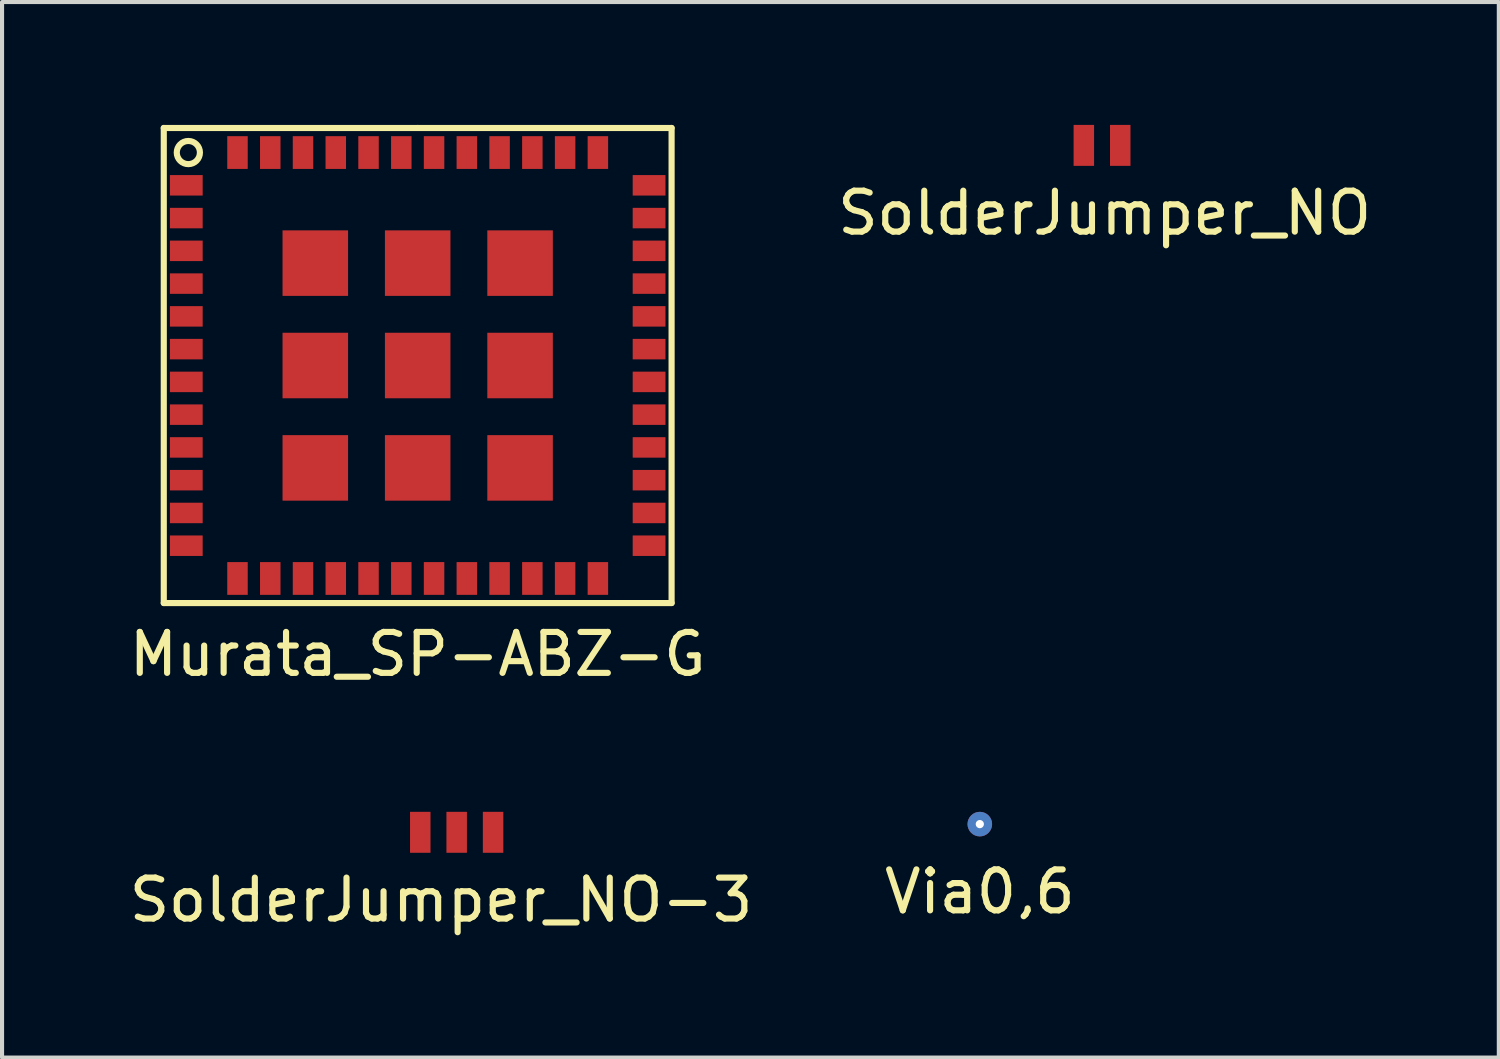
<source format=kicad_pcb>
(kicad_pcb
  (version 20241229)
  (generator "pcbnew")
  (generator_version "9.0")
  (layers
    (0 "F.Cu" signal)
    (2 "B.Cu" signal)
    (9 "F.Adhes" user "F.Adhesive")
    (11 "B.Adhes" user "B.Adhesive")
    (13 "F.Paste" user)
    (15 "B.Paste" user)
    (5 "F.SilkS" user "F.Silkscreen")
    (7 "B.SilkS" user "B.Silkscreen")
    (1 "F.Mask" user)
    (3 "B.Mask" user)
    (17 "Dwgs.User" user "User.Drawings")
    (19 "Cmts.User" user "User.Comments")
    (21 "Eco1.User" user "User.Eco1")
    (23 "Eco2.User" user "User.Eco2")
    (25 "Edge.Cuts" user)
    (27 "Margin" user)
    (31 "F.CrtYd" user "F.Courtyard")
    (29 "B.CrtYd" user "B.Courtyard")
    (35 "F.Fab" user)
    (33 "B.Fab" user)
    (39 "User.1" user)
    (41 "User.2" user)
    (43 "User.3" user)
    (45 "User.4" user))
  (footprint "Via0,6"
    (layer "F.Cu")
    (at 20.875 17.073)
    (property "Reference" "Via0,6" (at 0 1.651 0) (layer "F.SilkS") (effects (font (size 1 1) (thickness 0.15))))
    (attr through_hole)
    (pad "1" thru_hole circle (at 0 0) (size 0.6 0.6) (drill 0.2) (layers "*.Cu")))
  (footprint "SolderJumper_NO"
    (layer "F.Cu")
    (at 23.923 0.5)
    (property "Reference" "SolderJumper_NO" (at 0 1.651 0) (layer "F.SilkS") (effects (font (size 1 1) (thickness 0.15))))
    (attr through_hole)
    (pad "1" smd rect (at -0.508 0) (size 0.5 1) (layers "F.Cu" "F.Mask" "F.Paste"))
    (pad "2" smd rect (at 0.381 0) (size 0.5 1) (layers "F.Cu" "F.Mask" "F.Paste")))
  (footprint "SolderJumper_NO-3"
    (layer "F.Cu")
    (at 7.72 17.273)
    (property "Reference" "SolderJumper_NO-3" (at 0 1.651 0) (layer "F.SilkS") (effects (font (size 1 1) (thickness 0.15))))
    (attr through_hole)
    (pad "1" smd rect (at -0.508 0) (size 0.5 1) (layers "F.Cu" "F.Mask" "F.Paste"))
    (pad "2" smd rect (at 0.381 0) (size 0.5 1) (layers "F.Cu" "F.Mask" "F.Paste"))
    (pad "3" smd rect (at 1.27 0) (size 0.5 1) (layers "F.Cu" "F.Mask" "F.Paste")))
  (footprint "Murata_SP-ABZ-G"
    (layer "F.Cu")
    (at 7.149 5.875)
    (property "Reference" "Murata_SP-ABZ-G" (at 0 7.05 0) (layer "F.SilkS") (effects (font (size 1 1) (thickness 0.15))))
    (attr through_hole)
    (fp_line (start -6.2 -5.8) (end -6.2 5.8) (stroke (width 0.15) (type solid)) (layer "F.SilkS"))
    (fp_line (start -6.2 5.8) (end 6.2 5.8) (stroke (width 0.15) (type solid)) (layer "F.SilkS"))
    (fp_line (start 0 -5.8) (end -6.2 -5.8) (stroke (width 0.15) (type solid)) (layer "F.SilkS"))
    (fp_line (start 6.2 -5.8) (end 0 -5.8) (stroke (width 0.15) (type solid)) (layer "F.SilkS"))
    (fp_line (start 6.2 5.8) (end 6.2 -5.8) (stroke (width 0.15) (type solid)) (layer "F.SilkS"))
    (fp_circle (center -5.6 -5.2) (end -5.4 -5) (stroke (width 0.15) (type solid)) (fill no) (layer "F.SilkS"))
    (pad "1" smd rect (at -5.65 -4.4 90) (size 0.5 0.8) (layers "F.Cu" "F.Mask" "F.Paste"))
    (pad "2" smd rect (at -5.65 -3.6 90) (size 0.5 0.8) (layers "F.Cu" "F.Mask" "F.Paste"))
    (pad "3" smd rect (at -5.65 -2.8 90) (size 0.5 0.8) (layers "F.Cu" "F.Mask" "F.Paste"))
    (pad "4" smd rect (at -5.65 -2 90) (size 0.5 0.8) (layers "F.Cu" "F.Mask" "F.Paste"))
    (pad "5" smd rect (at -5.65 -1.2 90) (size 0.5 0.8) (layers "F.Cu" "F.Mask" "F.Paste"))
    (pad "6" smd rect (at -5.65 -0.4 90) (size 0.5 0.8) (layers "F.Cu" "F.Mask" "F.Paste"))
    (pad "7" smd rect (at -5.65 0.4 90) (size 0.5 0.8) (layers "F.Cu" "F.Mask" "F.Paste"))
    (pad "8" smd rect (at -5.65 1.2 90) (size 0.5 0.8) (layers "F.Cu" "F.Mask" "F.Paste"))
    (pad "9" smd rect (at -5.65 2 90) (size 0.5 0.8) (layers "F.Cu" "F.Mask" "F.Paste"))
    (pad "10" smd rect (at -5.65 2.8 90) (size 0.5 0.8) (layers "F.Cu" "F.Mask" "F.Paste"))
    (pad "11" smd rect (at -5.65 3.6 90) (size 0.5 0.8) (layers "F.Cu" "F.Mask" "F.Paste"))
    (pad "12" smd rect (at -5.65 4.4 90) (size 0.5 0.8) (layers "F.Cu" "F.Mask" "F.Paste"))
    (pad "13" smd rect (at -4.4 5.2) (size 0.5 0.8) (layers "F.Cu" "F.Mask" "F.Paste"))
    (pad "14" smd rect (at -3.6 5.2) (size 0.5 0.8) (layers "F.Cu" "F.Mask" "F.Paste"))
    (pad "15" smd rect (at -2.8 5.2) (size 0.5 0.8) (layers "F.Cu" "F.Mask" "F.Paste"))
    (pad "16" smd rect (at -2 5.2) (size 0.5 0.8) (layers "F.Cu" "F.Mask" "F.Paste"))
    (pad "17" smd rect (at -1.2 5.2) (size 0.5 0.8) (layers "F.Cu" "F.Mask" "F.Paste"))
    (pad "18" smd rect (at -0.4 5.2) (size 0.5 0.8) (layers "F.Cu" "F.Mask" "F.Paste"))
    (pad "19" smd rect (at 0.4 5.2) (size 0.5 0.8) (layers "F.Cu" "F.Mask" "F.Paste"))
    (pad "20" smd rect (at 1.2 5.2) (size 0.5 0.8) (layers "F.Cu" "F.Mask" "F.Paste"))
    (pad "21" smd rect (at 2 5.2) (size 0.5 0.8) (layers "F.Cu" "F.Mask" "F.Paste"))
    (pad "22" smd rect (at 2.8 5.2) (size 0.5 0.8) (layers "F.Cu" "F.Mask" "F.Paste"))
    (pad "23" smd rect (at 3.6 5.2) (size 0.5 0.8) (layers "F.Cu" "F.Mask" "F.Paste"))
    (pad "24" smd rect (at 4.4 5.2) (size 0.5 0.8) (layers "F.Cu" "F.Mask" "F.Paste"))
    (pad "25" smd rect (at 5.65 4.4 90) (size 0.5 0.8) (layers "F.Cu" "F.Mask" "F.Paste"))
    (pad "26" smd rect (at 5.65 3.6 90) (size 0.5 0.8) (layers "F.Cu" "F.Mask" "F.Paste"))
    (pad "27" smd rect (at 5.65 2.8 90) (size 0.5 0.8) (layers "F.Cu" "F.Mask" "F.Paste"))
    (pad "28" smd rect (at 5.65 2 90) (size 0.5 0.8) (layers "F.Cu" "F.Mask" "F.Paste"))
    (pad "29" smd rect (at 5.65 1.2 90) (size 0.5 0.8) (layers "F.Cu" "F.Mask" "F.Paste"))
    (pad "30" smd rect (at 5.65 0.4 90) (size 0.5 0.8) (layers "F.Cu" "F.Mask" "F.Paste"))
    (pad "31" smd rect (at 5.65 -0.4 90) (size 0.5 0.8) (layers "F.Cu" "F.Mask" "F.Paste"))
    (pad "32" smd rect (at 5.65 -1.2 90) (size 0.5 0.8) (layers "F.Cu" "F.Mask" "F.Paste"))
    (pad "33" smd rect (at 5.65 -2 90) (size 0.5 0.8) (layers "F.Cu" "F.Mask" "F.Paste"))
    (pad "34" smd rect (at 5.65 -2.8 90) (size 0.5 0.8) (layers "F.Cu" "F.Mask" "F.Paste"))
    (pad "35" smd rect (at 5.65 -3.6 90) (size 0.5 0.8) (layers "F.Cu" "F.Mask" "F.Paste"))
    (pad "36" smd rect (at 5.65 -4.4 90) (size 0.5 0.8) (layers "F.Cu" "F.Mask" "F.Paste"))
    (pad "37" smd rect (at 4.4 -5.2) (size 0.5 0.8) (layers "F.Cu" "F.Mask" "F.Paste"))
    (pad "38" smd rect (at 3.6 -5.2) (size 0.5 0.8) (layers "F.Cu" "F.Mask" "F.Paste"))
    (pad "39" smd rect (at 2.8 -5.2) (size 0.5 0.8) (layers "F.Cu" "F.Mask" "F.Paste"))
    (pad "40" smd rect (at 2 -5.2) (size 0.5 0.8) (layers "F.Cu" "F.Mask" "F.Paste"))
    (pad "41" smd rect (at 1.2 -5.2) (size 0.5 0.8) (layers "F.Cu" "F.Mask" "F.Paste"))
    (pad "42" smd rect (at 0.4 -5.2) (size 0.5 0.8) (layers "F.Cu" "F.Mask" "F.Paste"))
    (pad "43" smd rect (at -0.4 -5.2) (size 0.5 0.8) (layers "F.Cu" "F.Mask" "F.Paste"))
    (pad "44" smd rect (at -1.2 -5.2) (size 0.5 0.8) (layers "F.Cu" "F.Mask" "F.Paste"))
    (pad "45" smd rect (at -2 -5.2) (size 0.5 0.8) (layers "F.Cu" "F.Mask" "F.Paste"))
    (pad "46" smd rect (at -2.8 -5.2) (size 0.5 0.8) (layers "F.Cu" "F.Mask" "F.Paste"))
    (pad "47" smd rect (at -3.6 -5.2) (size 0.5 0.8) (layers "F.Cu" "F.Mask" "F.Paste"))
    (pad "48" smd rect (at -4.4 -5.2) (size 0.5 0.8) (layers "F.Cu" "F.Mask" "F.Paste"))
    (pad "49" smd rect (at -2.5 -2.5) (size 1.6 1.6) (layers "F.Cu" "F.Mask" "F.Paste"))
    (pad "50" smd rect (at 0 -2.5) (size 1.6 1.6) (layers "F.Cu" "F.Mask" "F.Paste"))
    (pad "51" smd rect (at 2.5 -2.5) (size 1.6 1.6) (layers "F.Cu" "F.Mask" "F.Paste"))
    (pad "52" smd rect (at -2.5 0) (size 1.6 1.6) (layers "F.Cu" "F.Mask" "F.Paste"))
    (pad "53" smd rect (at 0 0) (size 1.6 1.6) (layers "F.Cu" "F.Mask" "F.Paste"))
    (pad "54" smd rect (at 2.5 0) (size 1.6 1.6) (layers "F.Cu" "F.Mask" "F.Paste"))
    (pad "55" smd rect (at -2.5 2.5) (size 1.6 1.6) (layers "F.Cu" "F.Mask" "F.Paste"))
    (pad "56" smd rect (at 0 2.5) (size 1.6 1.6) (layers "F.Cu" "F.Mask" "F.Paste"))
    (pad "57" smd rect (at 2.5 2.5) (size 1.6 1.6) (layers "F.Cu" "F.Mask" "F.Paste")))
  (gr_rect
    (start -3 -3)
    (end 33.548 22.773)
    (stroke (width 0.1) (type default))
    (fill no)
    (layer "Edge.Cuts")))
</source>
